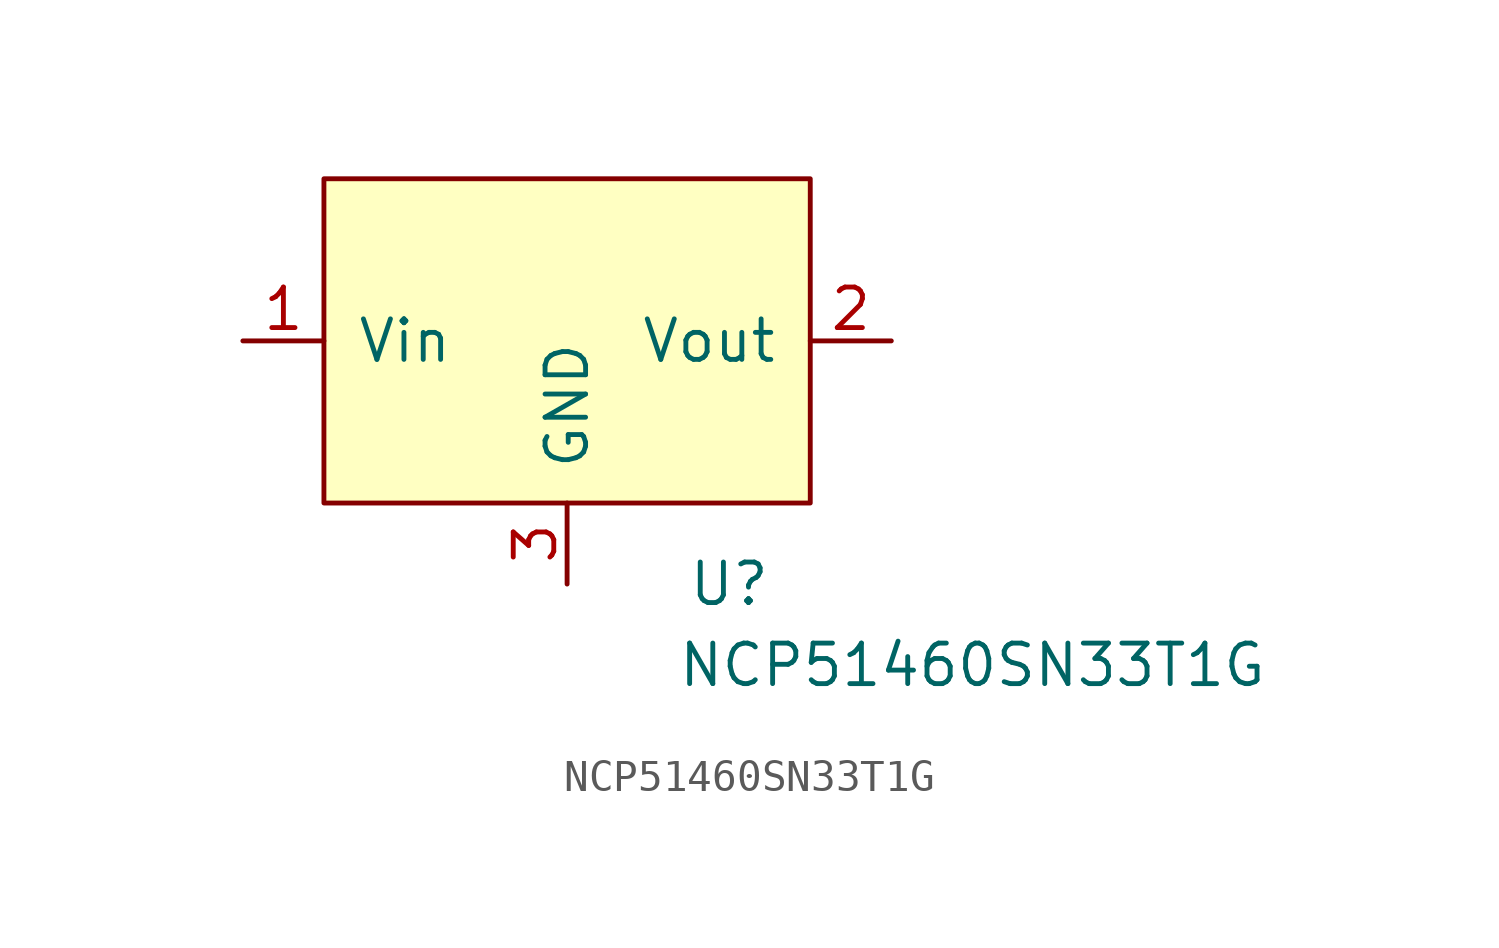
<source format=kicad_sym>
(kicad_symbol_lib
  (version 20211014)
  (generator kicad_symbol_editor)
  (symbol "NCP51460SN33T1G"
    (pin_names
      (offset 1.016))
    (property "Reference" "U"
      (at 5.08 -7.62 0)
      (effects (font (size 1.27 1.27))))
    (property "Value" "NCP51460SN33T1G"
      (at 12.7 -10.16 0)
      (effects (font (size 1.27 1.27))))
    (symbol "NCP51460SN33T1G_0_1"
      (rectangle (start -7.62 5.08) (end 7.62 -5.08) (stroke (width 0) (type default) (color 0 0 0 0)) (fill (type background))))
    (symbol "NCP51460SN33T1G_1_1"
      (pin power_in line (at -10.16 0 0) (length 2.54) (name "Vin" (effects (font (size 1.27 1.27)))) (number "1" (effects (font (size 1.27 1.27)))))
      (pin power_out line (at 10.16 0 180) (length 2.54) (name "Vout" (effects (font (size 1.27 1.27)))) (number "2" (effects (font (size 1.27 1.27)))))
      (pin power_in line (at 0 -7.62 90) (length 2.54) (name "GND" (effects (font (size 1.27 1.27)))) (number "3" (effects (font (size 1.27 1.27))))))))
</source>
